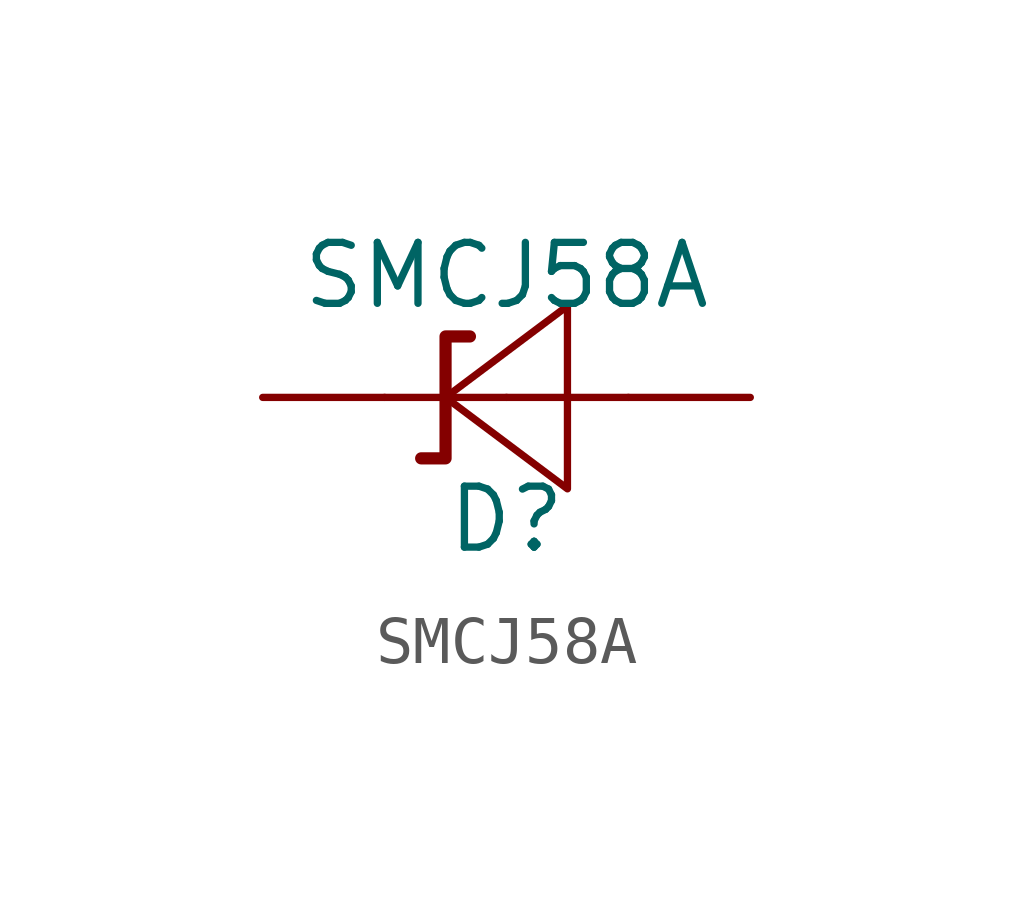
<source format=kicad_sym>
(kicad_symbol_lib
  (version 20211014)
  (generator kicad_symbol_editor)
  (symbol "SMCJ58A"
    (pin_numbers hide)
    (pin_names hide)
    (property "Reference" "D"
      (at 0 -2.54 0)
      (effects (font (size 1.27 1.27))))
    (property "Value" "SMCJ58A"
      (at 0 2.54 0)
      (effects (font (size 1.27 1.27))))
    (symbol "SMCJ58A_0_1"
      (polyline (pts (xy 2.54 0) (xy 0 0)) (stroke (width 0) (type default) (color 0 0 0 0)) (fill (type none)))
      (polyline (pts (xy -1.27 0) (xy 1.27 -1.905) (xy 1.27 1.905) (xy -1.27 0)) (stroke (width 0) (type default) (color 0 0 0 0)) (fill (type none))))
    (symbol "SMCJ58A_1_1"
      (polyline (pts (xy 0 0) (xy -2.54 0)) (stroke (width 0) (type default) (color 0 0 0 0)) (fill (type none)))
      (polyline (pts (xy -0.762 1.27) (xy -1.27 1.27) (xy -1.27 -1.27) (xy -1.778 -1.27)) (stroke (width 0.254) (type default) (color 0 0 0 0)) (fill (type none)))
      (pin passive line (at -5.08 0 0) (length 2.54) (name "~" (effects (font (size 1.27 1.27)))) (number "1" (effects (font (size 1.27 1.27)))))
      (pin passive line (at 5.08 0 180) (length 2.54) (name "~" (effects (font (size 1.27 1.27)))) (number "2" (effects (font (size 1.27 1.27))))))))
</source>
